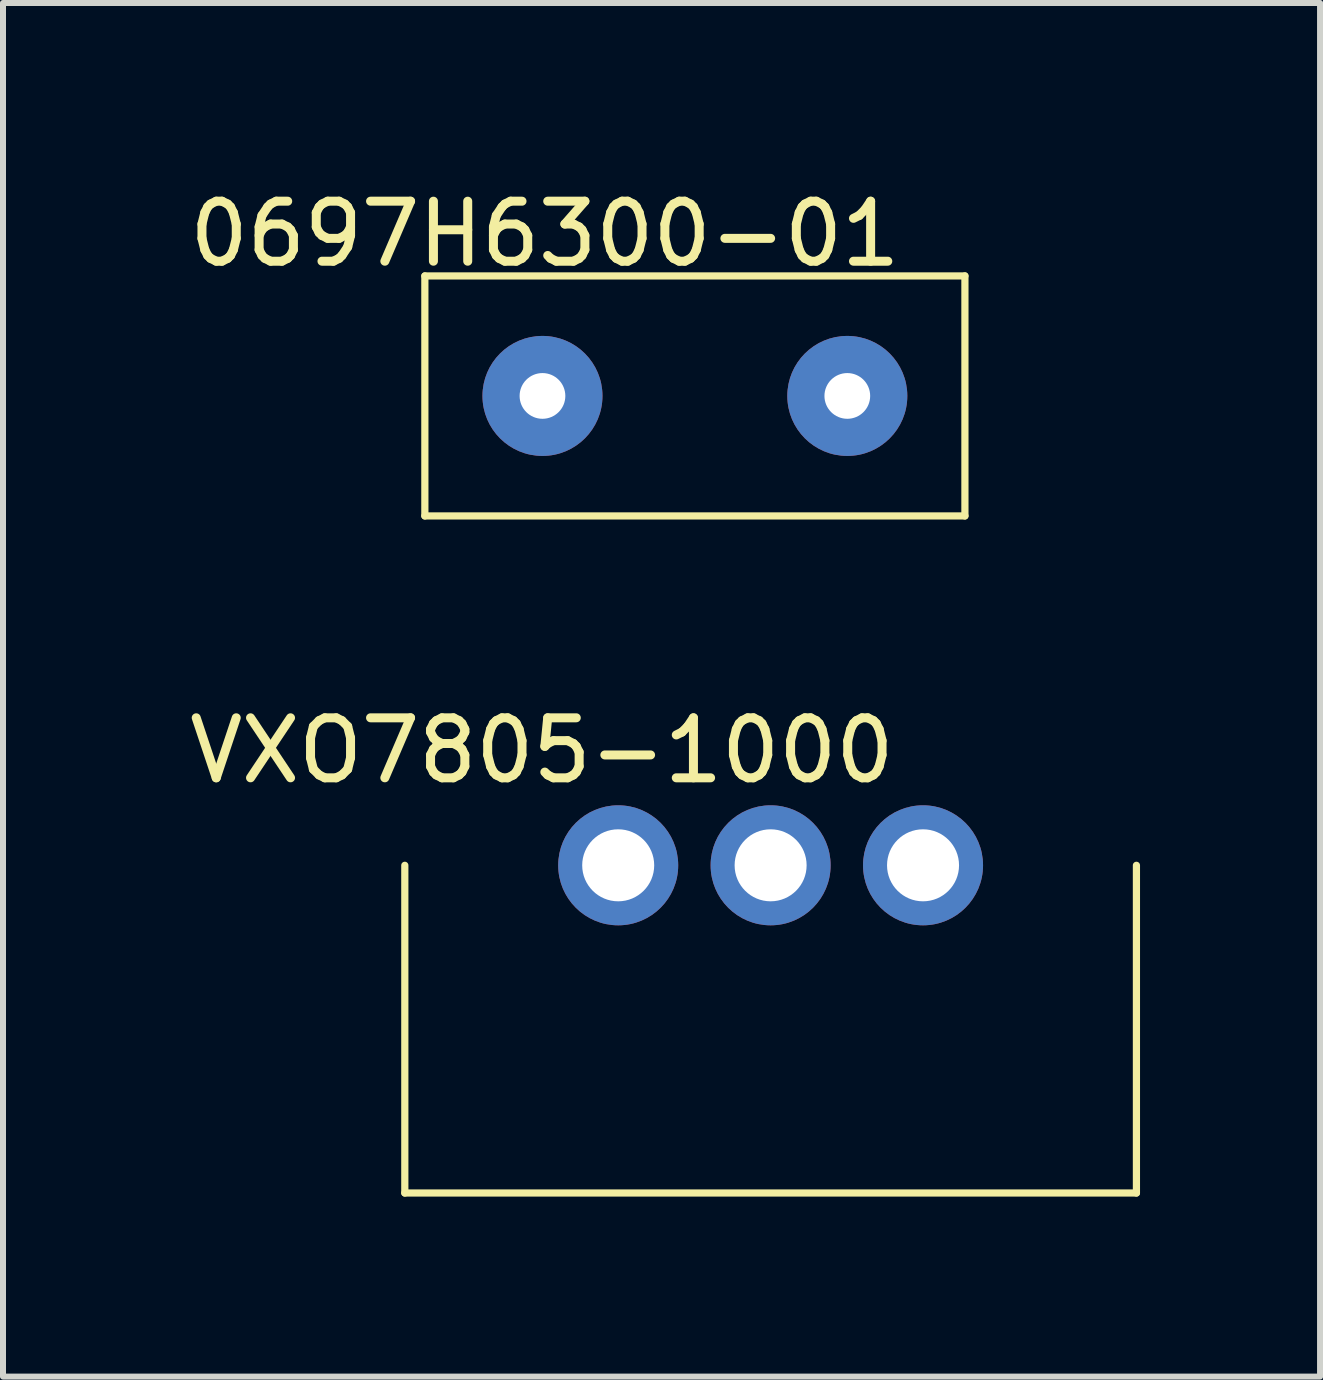
<source format=kicad_pcb>
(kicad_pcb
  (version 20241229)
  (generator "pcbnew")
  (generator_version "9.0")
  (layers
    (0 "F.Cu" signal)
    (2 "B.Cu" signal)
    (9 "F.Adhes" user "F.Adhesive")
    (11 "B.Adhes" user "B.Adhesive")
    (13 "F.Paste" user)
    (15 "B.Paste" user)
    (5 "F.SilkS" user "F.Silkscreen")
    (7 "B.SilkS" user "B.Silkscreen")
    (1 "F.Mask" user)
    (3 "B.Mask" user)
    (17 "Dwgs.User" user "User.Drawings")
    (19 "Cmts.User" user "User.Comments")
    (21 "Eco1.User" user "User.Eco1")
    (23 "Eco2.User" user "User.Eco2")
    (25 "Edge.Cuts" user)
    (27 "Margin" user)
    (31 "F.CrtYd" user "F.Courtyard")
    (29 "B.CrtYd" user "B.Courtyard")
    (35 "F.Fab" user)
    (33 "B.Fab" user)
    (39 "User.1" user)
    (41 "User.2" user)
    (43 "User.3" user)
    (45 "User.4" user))
  (footprint "VXO7805-1000"
    (layer "F.Cu")
    (at 7.252 11.37)
    (property "Reference" "VXO7805-1000" (at -1.27 -1.913 0) (layer "F.SilkS") (effects (font (size 1 1) (thickness 0.15))))
    (attr through_hole)
    (fp_line (start -3.556 0) (end -3.556 5.461) (stroke (width 0.12) (type solid)) (layer "F.SilkS"))
    (fp_line (start -3.556 5.461) (end 8.636 5.461) (stroke (width 0.12) (type solid)) (layer "F.SilkS"))
    (fp_line (start 8.636 5.461) (end 8.636 0) (stroke (width 0.12) (type solid)) (layer "F.SilkS"))
    (pad "1" thru_hole circle (at 0 0) (size 2 2) (drill 1.2) (layers "*.Cu" "*.Mask"))
    (pad "2" thru_hole circle (at 2.54 0) (size 2 2) (drill 1.2) (layers "*.Cu" "*.Mask"))
    (pad "3" thru_hole circle (at 5.08 0) (size 2 2) (drill 1.2) (layers "*.Cu" "*.Mask")))
  (footprint "0697H6300-01"
    (layer "F.Cu")
    (at 8.53 3.548)
    (property "Reference" "0697H6300-01" (at -2.5 -2.7 0) (layer "F.SilkS") (effects (font (size 1 1) (thickness 0.15))))
    (attr through_hole)
    (fp_line (start -4.5 -2) (end -4.5 2) (stroke (width 0.12) (type solid)) (layer "F.SilkS"))
    (fp_line (start -4.5 2) (end 4.5 2) (stroke (width 0.12) (type solid)) (layer "F.SilkS"))
    (fp_line (start 4.5 -2) (end -4.5 -2) (stroke (width 0.12) (type solid)) (layer "F.SilkS"))
    (fp_line (start 4.5 2) (end 4.5 -2) (stroke (width 0.12) (type solid)) (layer "F.SilkS"))
    (pad "1" thru_hole circle (at -2.54 0) (size 2 2) (drill 0.762) (layers "*.Cu" "*.Mask"))
    (pad "2" thru_hole circle (at 2.54 0) (size 2 2) (drill 0.762) (layers "*.Cu" "*.Mask")))
  (gr_rect
    (start -3 -3)
    (end 18.948 19.89)
    (stroke (width 0.1) (type default))
    (fill no)
    (layer "Edge.Cuts")))
</source>
